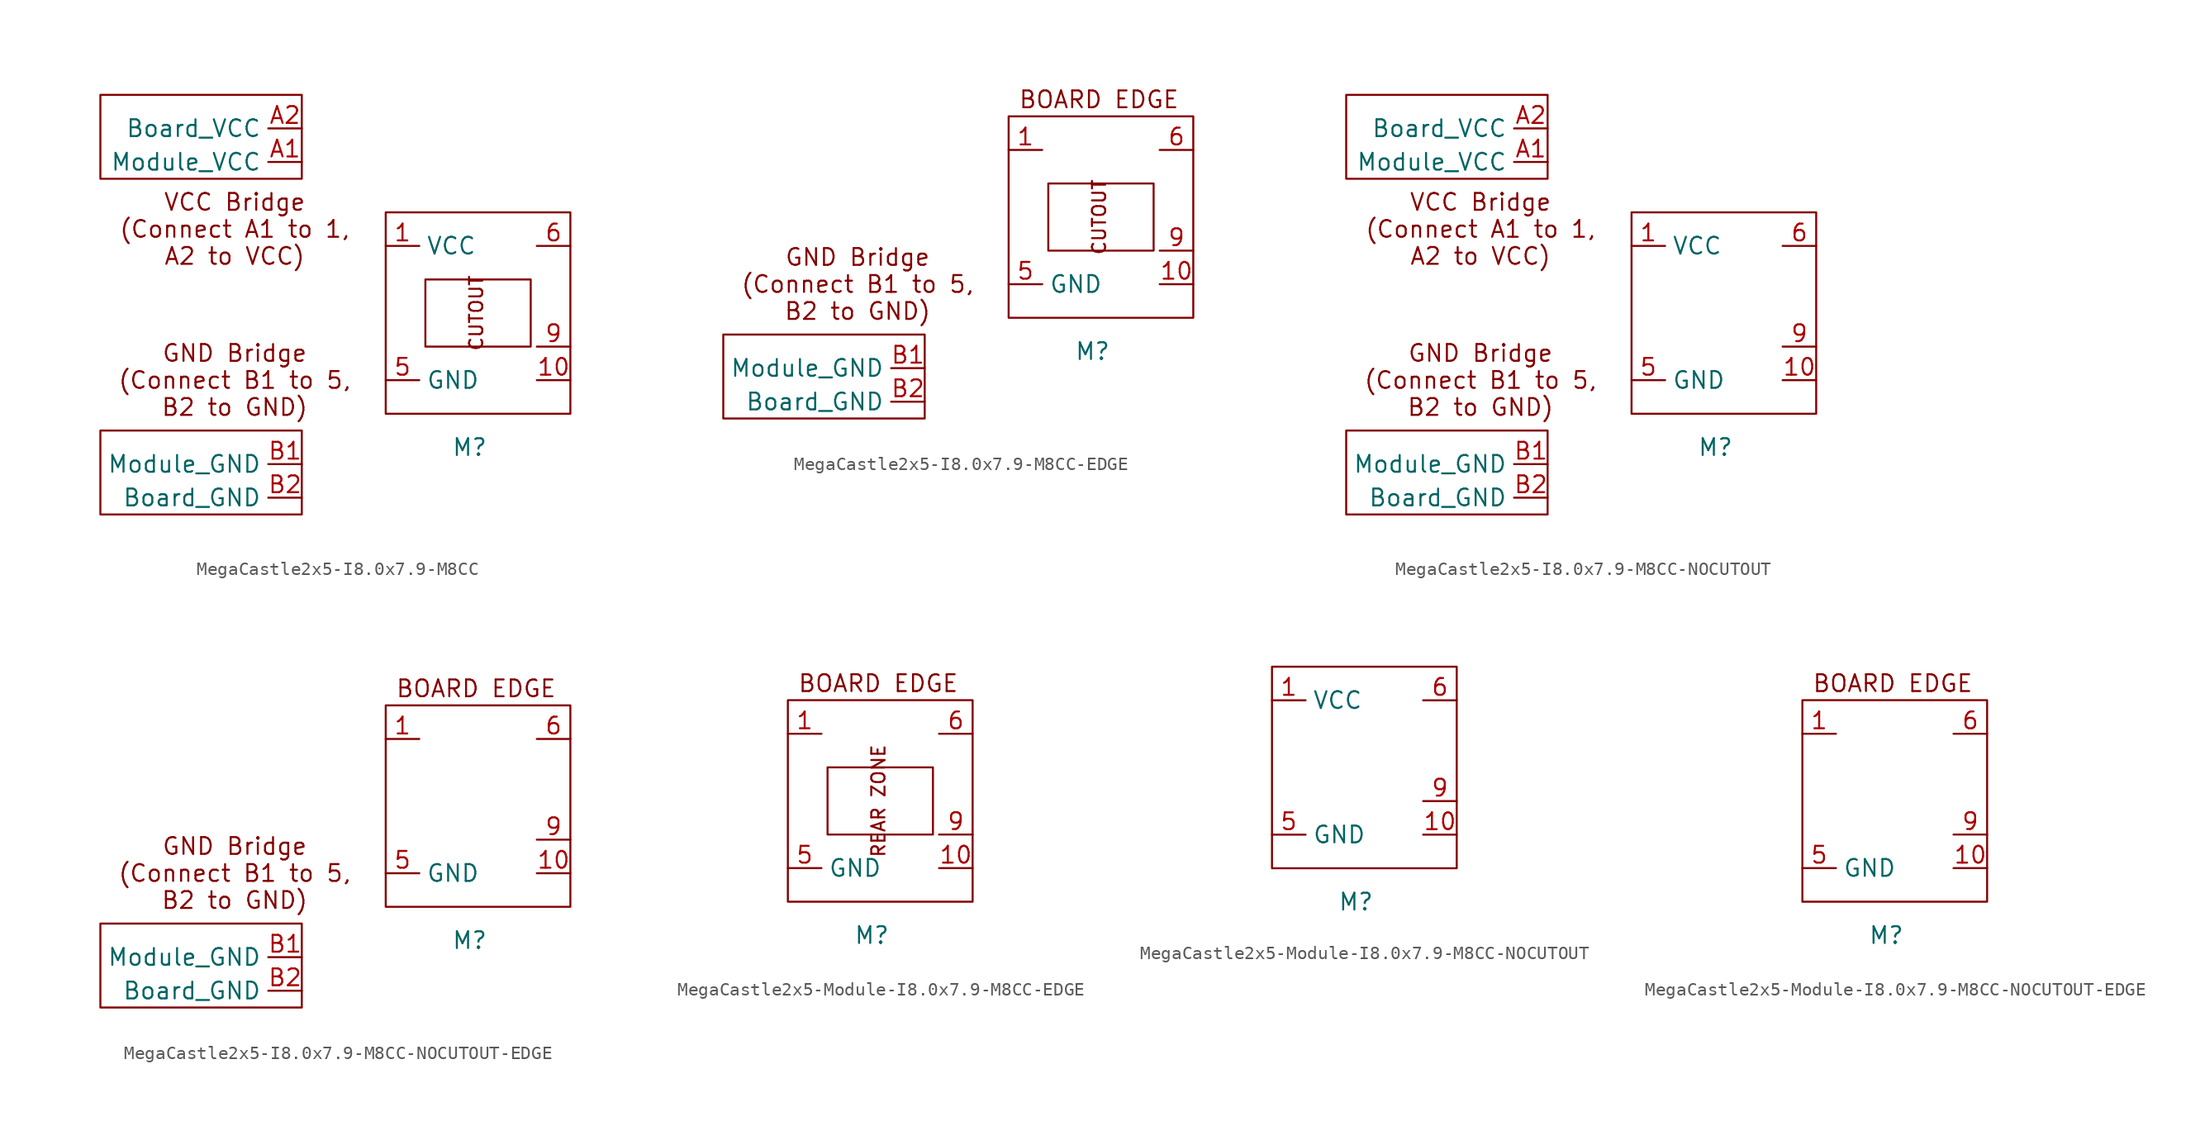
<source format=kicad_sym>
(kicad_symbol_lib
  (version 20241209)
  (generator "kicad_symbol_editor")
  (generator_version "9.0")
  (symbol "MegaCastle2x5-I8.0x7.9-M8CC"
    (property "Reference" "M"
      (at 0 -10.16 0)
      (effects (font (size 1.27 1.27))))
    (property "Value" ""
      (at 0 5.08 0)
      (effects (font (size 1.27 1.27))))
    (symbol "MegaCastle2x5-I8.0x7.9-M8CC_0_1"
      (rectangle (start -27.94 16.51) (end -12.7 10.16) (stroke (width 0) (type default)) (fill (type none)))
      (rectangle (start -27.94 -8.89) (end -12.7 -15.24) (stroke (width 0) (type default)) (fill (type none)))
      (rectangle (start -6.35 7.62) (end 7.62 -7.62) (stroke (width 0) (type default)) (fill (type none)))
      (rectangle (start -3.35 2.54) (end 4.62 -2.54) (stroke (width 0) (type default)) (fill (type none))))
    (symbol "MegaCastle2x5-I8.0x7.9-M8CC_1_1"
      (text "VCC Bridge\n(Connect A1 to 1,\nA2 to VCC)" (at -17.78 6.35 0) (effects (font (size 1.27 1.27))))
      (text "GND Bridge\n(Connect B1 to 5,\nB2 to GND)" (at -17.78 -5.08 0) (effects (font (size 1.27 1.27))))
      (text "CUTOUT" (at 0.5 0 900) (effects (font (size 1 1))))
      (pin bidirectional line (at -12.7 13.97 180) (length 2.54) (name "Board_VCC" (effects (font (size 1.27 1.27)))) (number "A2" (effects (font (size 1.27 1.27)))))
      (pin bidirectional line (at -12.7 11.43 180) (length 2.54) (name "Module_VCC" (effects (font (size 1.27 1.27)))) (number "A1" (effects (font (size 1.27 1.27)))))
      (pin bidirectional line (at -12.7 -11.43 180) (length 2.54) (name "Module_GND" (effects (font (size 1.27 1.27)))) (number "B1" (effects (font (size 1.27 1.27)))))
      (pin bidirectional line (at -12.7 -13.97 180) (length 2.54) (name "Board_GND" (effects (font (size 1.27 1.27)))) (number "B2" (effects (font (size 1.27 1.27)))))
      (pin bidirectional line (at -6.35 5.08 0) (length 2.54) (name "VCC" (effects (font (size 1.27 1.27)))) (number "1" (effects (font (size 1.27 1.27)))))
      (pin bidirectional line (at -6.35 -5.08 0) (length 2.54) (name "GND" (effects (font (size 1.27 1.27)))) (number "5" (effects (font (size 1.27 1.27)))))
      (pin bidirectional line (at 7.62 5.08 180) (length 2.54) (name "" (effects (font (size 1.27 1.27)))) (number "6" (effects (font (size 1.27 1.27)))))
      (pin bidirectional line (at 7.62 -2.54 180) (length 2.54) (name "" (effects (font (size 1.27 1.27)))) (number "9" (effects (font (size 1.27 1.27)))))
      (pin bidirectional line (at 7.62 -5.08 180) (length 2.54) (name "" (effects (font (size 1.27 1.27)))) (number "10" (effects (font (size 1.27 1.27)))))))
  (symbol "MegaCastle2x5-I8.0x7.9-M8CC-EDGE"
    (property "Reference" "M"
      (at 0 -10.16 0)
      (effects (font (size 1.27 1.27))))
    (property "Value" ""
      (at 0 5.08 0)
      (effects (font (size 1.27 1.27))))
    (symbol "MegaCastle2x5-I8.0x7.9-M8CC-EDGE_0_1"
      (rectangle (start -27.94 -8.89) (end -12.7 -15.24) (stroke (width 0) (type default)) (fill (type none)))
      (rectangle (start -6.35 7.62) (end 7.62 -7.62) (stroke (width 0) (type default)) (fill (type none)))
      (rectangle (start -3.35 2.54) (end 4.62 -2.54) (stroke (width 0) (type default)) (fill (type none))))
    (symbol "MegaCastle2x5-I8.0x7.9-M8CC-EDGE_1_1"
      (text "GND Bridge\n(Connect B1 to 5,\nB2 to GND)" (at -17.78 -5.08 0) (effects (font (size 1.27 1.27))))
      (text " BOARD EDGE" (at 0 8.89 0) (effects (font (size 1.27 1.27))))
      (text "CUTOUT" (at 0.5 0 900) (effects (font (size 1 1))))
      (pin bidirectional line (at -12.7 -11.43 180) (length 2.54) (name "Module_GND" (effects (font (size 1.27 1.27)))) (number "B1" (effects (font (size 1.27 1.27)))))
      (pin bidirectional line (at -12.7 -13.97 180) (length 2.54) (name "Board_GND" (effects (font (size 1.27 1.27)))) (number "B2" (effects (font (size 1.27 1.27)))))
      (pin bidirectional line (at -6.35 5.08 0) (length 2.54) (name "" (effects (font (size 1.27 1.27)))) (number "1" (effects (font (size 1.27 1.27)))))
      (pin bidirectional line (at -6.35 -5.08 0) (length 2.54) (name "GND" (effects (font (size 1.27 1.27)))) (number "5" (effects (font (size 1.27 1.27)))))
      (pin bidirectional line (at 7.62 5.08 180) (length 2.54) (name "" (effects (font (size 1.27 1.27)))) (number "6" (effects (font (size 1.27 1.27)))))
      (pin bidirectional line (at 7.62 -2.54 180) (length 2.54) (name "" (effects (font (size 1.27 1.27)))) (number "9" (effects (font (size 1.27 1.27)))))
      (pin bidirectional line (at 7.62 -5.08 180) (length 2.54) (name "" (effects (font (size 1.27 1.27)))) (number "10" (effects (font (size 1.27 1.27)))))))
  (symbol "MegaCastle2x5-I8.0x7.9-M8CC-NOCUTOUT"
    (property "Reference" "M"
      (at 0 -10.16 0)
      (effects (font (size 1.27 1.27))))
    (property "Value" ""
      (at 0 5.08 0)
      (effects (font (size 1.27 1.27))))
    (symbol "MegaCastle2x5-I8.0x7.9-M8CC-NOCUTOUT_0_1"
      (rectangle (start -27.94 16.51) (end -12.7 10.16) (stroke (width 0) (type default)) (fill (type none)))
      (rectangle (start -27.94 -8.89) (end -12.7 -15.24) (stroke (width 0) (type default)) (fill (type none)))
      (rectangle (start -6.35 7.62) (end 7.62 -7.62) (stroke (width 0) (type default)) (fill (type none))))
    (symbol "MegaCastle2x5-I8.0x7.9-M8CC-NOCUTOUT_1_1"
      (text "VCC Bridge\n(Connect A1 to 1,\nA2 to VCC)" (at -17.78 6.35 0) (effects (font (size 1.27 1.27))))
      (text "GND Bridge\n(Connect B1 to 5,\nB2 to GND)" (at -17.78 -5.08 0) (effects (font (size 1.27 1.27))))
      (pin bidirectional line (at -12.7 13.97 180) (length 2.54) (name "Board_VCC" (effects (font (size 1.27 1.27)))) (number "A2" (effects (font (size 1.27 1.27)))))
      (pin bidirectional line (at -12.7 11.43 180) (length 2.54) (name "Module_VCC" (effects (font (size 1.27 1.27)))) (number "A1" (effects (font (size 1.27 1.27)))))
      (pin bidirectional line (at -12.7 -11.43 180) (length 2.54) (name "Module_GND" (effects (font (size 1.27 1.27)))) (number "B1" (effects (font (size 1.27 1.27)))))
      (pin bidirectional line (at -12.7 -13.97 180) (length 2.54) (name "Board_GND" (effects (font (size 1.27 1.27)))) (number "B2" (effects (font (size 1.27 1.27)))))
      (pin bidirectional line (at -6.35 5.08 0) (length 2.54) (name "VCC" (effects (font (size 1.27 1.27)))) (number "1" (effects (font (size 1.27 1.27)))))
      (pin bidirectional line (at -6.35 -5.08 0) (length 2.54) (name "GND" (effects (font (size 1.27 1.27)))) (number "5" (effects (font (size 1.27 1.27)))))
      (pin bidirectional line (at 7.62 5.08 180) (length 2.54) (name "" (effects (font (size 1.27 1.27)))) (number "6" (effects (font (size 1.27 1.27)))))
      (pin bidirectional line (at 7.62 -2.54 180) (length 2.54) (name "" (effects (font (size 1.27 1.27)))) (number "9" (effects (font (size 1.27 1.27)))))
      (pin bidirectional line (at 7.62 -5.08 180) (length 2.54) (name "" (effects (font (size 1.27 1.27)))) (number "10" (effects (font (size 1.27 1.27)))))))
  (symbol "MegaCastle2x5-I8.0x7.9-M8CC-NOCUTOUT-EDGE"
    (property "Reference" "M"
      (at 0 -10.16 0)
      (effects (font (size 1.27 1.27))))
    (property "Value" ""
      (at 0 5.08 0)
      (effects (font (size 1.27 1.27))))
    (symbol "MegaCastle2x5-I8.0x7.9-M8CC-NOCUTOUT-EDGE_0_1"
      (rectangle (start -27.94 -8.89) (end -12.7 -15.24) (stroke (width 0) (type default)) (fill (type none)))
      (rectangle (start -6.35 7.62) (end 7.62 -7.62) (stroke (width 0) (type default)) (fill (type none))))
    (symbol "MegaCastle2x5-I8.0x7.9-M8CC-NOCUTOUT-EDGE_1_1"
      (text "GND Bridge\n(Connect B1 to 5,\nB2 to GND)" (at -17.78 -5.08 0) (effects (font (size 1.27 1.27))))
      (text " BOARD EDGE" (at 0 8.89 0) (effects (font (size 1.27 1.27))))
      (pin bidirectional line (at -12.7 -11.43 180) (length 2.54) (name "Module_GND" (effects (font (size 1.27 1.27)))) (number "B1" (effects (font (size 1.27 1.27)))))
      (pin bidirectional line (at -12.7 -13.97 180) (length 2.54) (name "Board_GND" (effects (font (size 1.27 1.27)))) (number "B2" (effects (font (size 1.27 1.27)))))
      (pin bidirectional line (at -6.35 5.08 0) (length 2.54) (name "" (effects (font (size 1.27 1.27)))) (number "1" (effects (font (size 1.27 1.27)))))
      (pin bidirectional line (at -6.35 -5.08 0) (length 2.54) (name "GND" (effects (font (size 1.27 1.27)))) (number "5" (effects (font (size 1.27 1.27)))))
      (pin bidirectional line (at 7.62 5.08 180) (length 2.54) (name "" (effects (font (size 1.27 1.27)))) (number "6" (effects (font (size 1.27 1.27)))))
      (pin bidirectional line (at 7.62 -2.54 180) (length 2.54) (name "" (effects (font (size 1.27 1.27)))) (number "9" (effects (font (size 1.27 1.27)))))
      (pin bidirectional line (at 7.62 -5.08 180) (length 2.54) (name "" (effects (font (size 1.27 1.27)))) (number "10" (effects (font (size 1.27 1.27)))))))
  (symbol "MegaCastle2x5-Module-I8.0x7.9-M8CC-EDGE"
    (property "Reference" "M"
      (at 0 -10.16 0)
      (effects (font (size 1.27 1.27))))
    (property "Value" ""
      (at 0 5.08 0)
      (effects (font (size 1.27 1.27))))
    (symbol "MegaCastle2x5-Module-I8.0x7.9-M8CC-EDGE_0_1"
      (rectangle (start -6.35 7.62) (end 7.62 -7.62) (stroke (width 0) (type default)) (fill (type none)))
      (rectangle (start -3.35 2.54) (end 4.62 -2.54) (stroke (width 0) (type default)) (fill (type none))))
    (symbol "MegaCastle2x5-Module-I8.0x7.9-M8CC-EDGE_1_1"
      (text " BOARD EDGE" (at 0 8.89 0) (effects (font (size 1.27 1.27))))
      (text "REAR ZONE" (at 0.5 0 900) (effects (font (size 1 1))))
      (pin bidirectional line (at -6.35 5.08 0) (length 2.54) (name "" (effects (font (size 1.27 1.27)))) (number "1" (effects (font (size 1.27 1.27)))))
      (pin bidirectional line (at -6.35 -5.08 0) (length 2.54) (name "GND" (effects (font (size 1.27 1.27)))) (number "5" (effects (font (size 1.27 1.27)))))
      (pin bidirectional line (at 7.62 5.08 180) (length 2.54) (name "" (effects (font (size 1.27 1.27)))) (number "6" (effects (font (size 1.27 1.27)))))
      (pin bidirectional line (at 7.62 -2.54 180) (length 2.54) (name "" (effects (font (size 1.27 1.27)))) (number "9" (effects (font (size 1.27 1.27)))))
      (pin bidirectional line (at 7.62 -5.08 180) (length 2.54) (name "" (effects (font (size 1.27 1.27)))) (number "10" (effects (font (size 1.27 1.27)))))))
  (symbol "MegaCastle2x5-Module-I8.0x7.9-M8CC-NOCUTOUT"
    (property "Reference" "M"
      (at 0 -10.16 0)
      (effects (font (size 1.27 1.27))))
    (property "Value" ""
      (at 0 5.08 0)
      (effects (font (size 1.27 1.27))))
    (symbol "MegaCastle2x5-Module-I8.0x7.9-M8CC-NOCUTOUT_0_1"
      (rectangle (start -6.35 7.62) (end 7.62 -7.62) (stroke (width 0) (type default)) (fill (type none))))
    (symbol "MegaCastle2x5-Module-I8.0x7.9-M8CC-NOCUTOUT_1_1"
      (pin bidirectional line (at -6.35 5.08 0) (length 2.54) (name "VCC" (effects (font (size 1.27 1.27)))) (number "1" (effects (font (size 1.27 1.27)))))
      (pin bidirectional line (at -6.35 -5.08 0) (length 2.54) (name "GND" (effects (font (size 1.27 1.27)))) (number "5" (effects (font (size 1.27 1.27)))))
      (pin bidirectional line (at 7.62 5.08 180) (length 2.54) (name "" (effects (font (size 1.27 1.27)))) (number "6" (effects (font (size 1.27 1.27)))))
      (pin bidirectional line (at 7.62 -2.54 180) (length 2.54) (name "" (effects (font (size 1.27 1.27)))) (number "9" (effects (font (size 1.27 1.27)))))
      (pin bidirectional line (at 7.62 -5.08 180) (length 2.54) (name "" (effects (font (size 1.27 1.27)))) (number "10" (effects (font (size 1.27 1.27)))))))
  (symbol "MegaCastle2x5-Module-I8.0x7.9-M8CC-NOCUTOUT-EDGE"
    (property "Reference" "M"
      (at 0 -10.16 0)
      (effects (font (size 1.27 1.27))))
    (property "Value" ""
      (at 0 5.08 0)
      (effects (font (size 1.27 1.27))))
    (symbol "MegaCastle2x5-Module-I8.0x7.9-M8CC-NOCUTOUT-EDGE_0_1"
      (rectangle (start -6.35 7.62) (end 7.62 -7.62) (stroke (width 0) (type default)) (fill (type none))))
    (symbol "MegaCastle2x5-Module-I8.0x7.9-M8CC-NOCUTOUT-EDGE_1_1"
      (text " BOARD EDGE" (at 0 8.89 0) (effects (font (size 1.27 1.27))))
      (pin bidirectional line (at -6.35 5.08 0) (length 2.54) (name "" (effects (font (size 1.27 1.27)))) (number "1" (effects (font (size 1.27 1.27)))))
      (pin bidirectional line (at -6.35 -5.08 0) (length 2.54) (name "GND" (effects (font (size 1.27 1.27)))) (number "5" (effects (font (size 1.27 1.27)))))
      (pin bidirectional line (at 7.62 5.08 180) (length 2.54) (name "" (effects (font (size 1.27 1.27)))) (number "6" (effects (font (size 1.27 1.27)))))
      (pin bidirectional line (at 7.62 -2.54 180) (length 2.54) (name "" (effects (font (size 1.27 1.27)))) (number "9" (effects (font (size 1.27 1.27)))))
      (pin bidirectional line (at 7.62 -5.08 180) (length 2.54) (name "" (effects (font (size 1.27 1.27)))) (number "10" (effects (font (size 1.27 1.27))))))))
</source>
